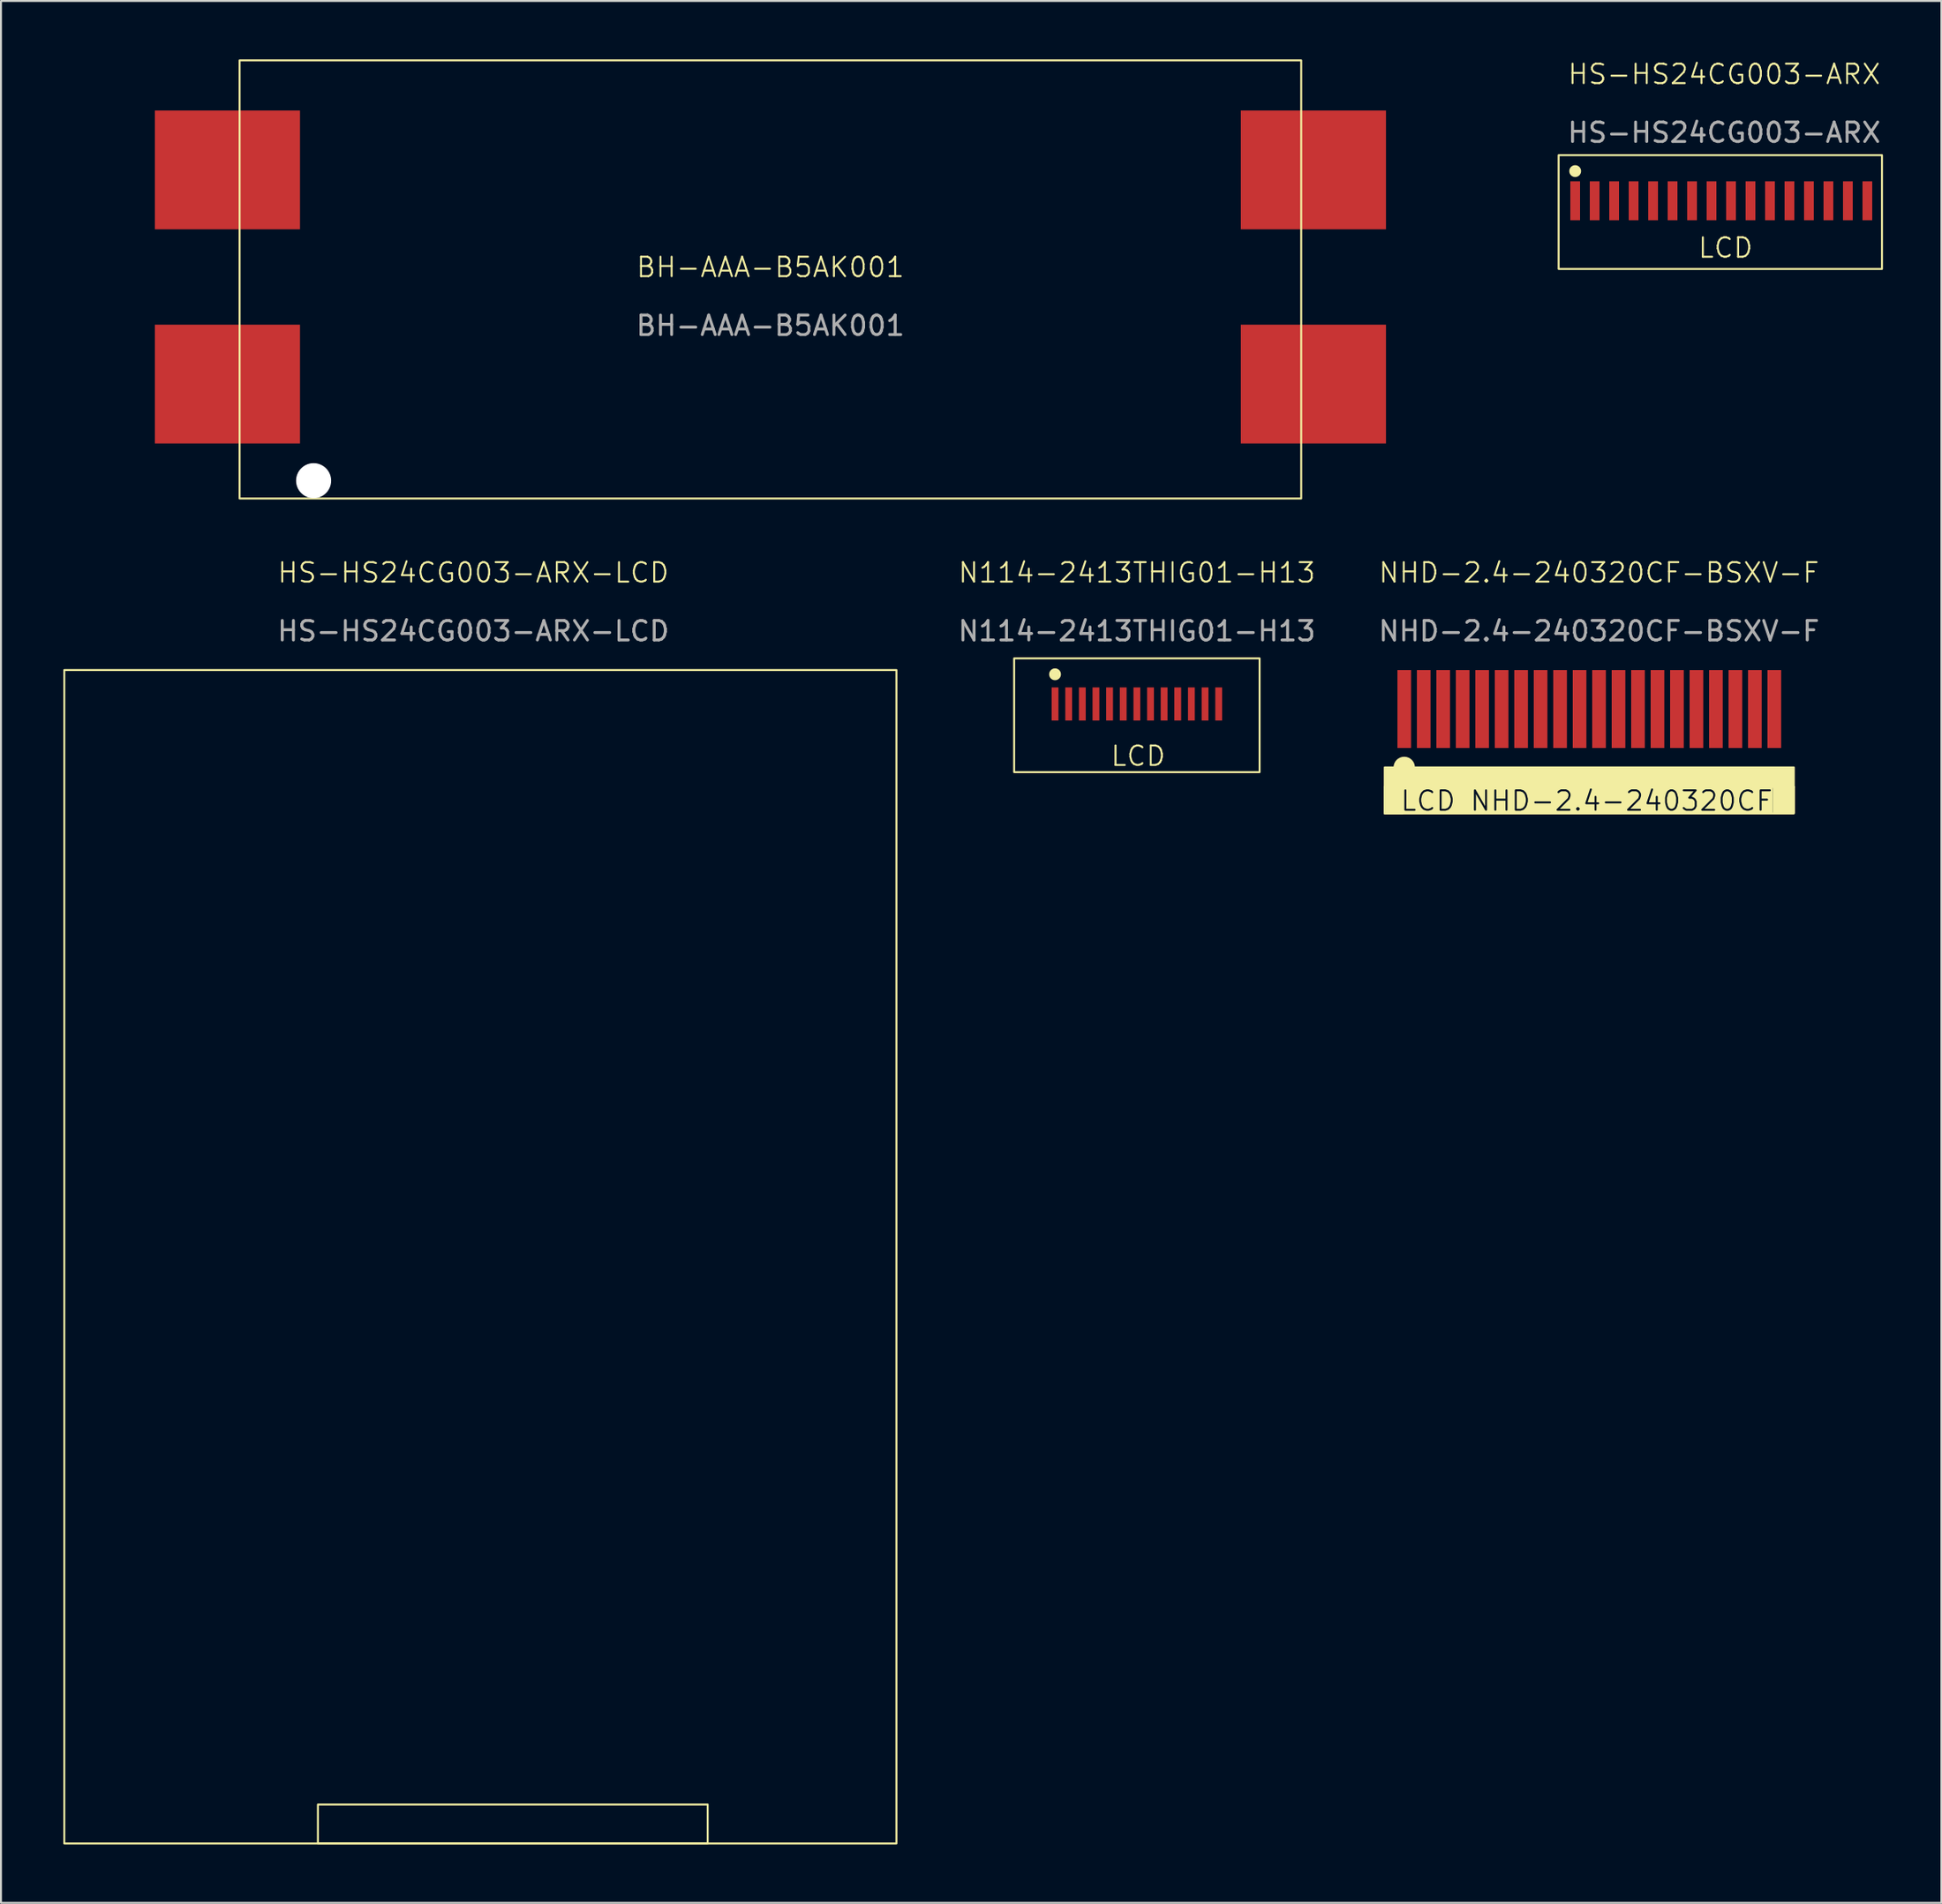
<source format=kicad_pcb>
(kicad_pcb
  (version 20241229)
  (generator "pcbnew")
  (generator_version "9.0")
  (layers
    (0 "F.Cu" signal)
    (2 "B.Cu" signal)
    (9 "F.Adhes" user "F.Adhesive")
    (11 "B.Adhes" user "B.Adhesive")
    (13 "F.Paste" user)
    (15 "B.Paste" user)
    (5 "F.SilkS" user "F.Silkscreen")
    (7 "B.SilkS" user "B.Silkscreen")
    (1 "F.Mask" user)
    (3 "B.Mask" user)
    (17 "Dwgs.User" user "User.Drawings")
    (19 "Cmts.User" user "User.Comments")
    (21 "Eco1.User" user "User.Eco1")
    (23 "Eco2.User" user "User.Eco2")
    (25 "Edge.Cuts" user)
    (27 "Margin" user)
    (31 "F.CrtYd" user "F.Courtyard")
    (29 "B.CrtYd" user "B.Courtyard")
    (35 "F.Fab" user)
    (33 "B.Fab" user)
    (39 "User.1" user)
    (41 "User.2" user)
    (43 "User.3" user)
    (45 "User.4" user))
  (footprint "NHD-2.4-240320CF-BSXV-F"
    (layer "F.Cu")
    (at 79.038 33.361)
    (property "Reference" "NHD-2.4-240320CF-BSXV-F" (at 0 -7 0) (unlocked yes) (layer "F.SilkS") (effects (font (size 1 1) (thickness 0.1))))
    (attr smd)
    (fp_rect (start -11 3) (end 10 4) (stroke (width 0.1) (type solid)) (fill yes) (layer "F.SilkS"))
    (fp_rect (start -11 4) (end -10.09 5.36) (stroke (width 0.1) (type solid)) (fill yes) (layer "F.SilkS"))
    (fp_rect (start -11 4) (end 10 5.363) (stroke (width 0.1) (type default)) (fill no) (layer "F.SilkS"))
    (fp_rect (start 8.98 4) (end 10 5.332) (stroke (width 0.1) (type solid)) (fill yes) (layer "F.SilkS"))
    (fp_circle (center -10 3) (end -9.5 3) (stroke (width 0.1) (type solid)) (fill yes) (layer "F.SilkS"))
    (fp_text user "LCD NHD-2.4-240320CF" (at -10.246 5.303 0) (unlocked yes) (layer "F.SilkS" knockout) (effects (font (size 1 1) (thickness 0.1)) (justify left bottom)))
    (fp_text user "${REFERENCE}" (at 0 -4 0) (unlocked yes) (layer "F.Fab") (effects (font (size 1 1) (thickness 0.15))))
    (pad "1" smd rect (at -10 0 90) (size 4 0.7) (layers "F.Cu" "F.Mask" "F.Paste"))
    (pad "2" smd rect (at -9 0 90) (size 4 0.7) (layers "F.Cu" "F.Mask" "F.Paste"))
    (pad "3" smd rect (at -8 0 90) (size 4 0.7) (layers "F.Cu" "F.Mask" "F.Paste"))
    (pad "4" smd rect (at -7 0 90) (size 4 0.7) (layers "F.Cu" "F.Mask" "F.Paste"))
    (pad "5" smd rect (at -6 0 90) (size 4 0.7) (layers "F.Cu" "F.Mask" "F.Paste"))
    (pad "6" smd rect (at -5 0 90) (size 4 0.7) (layers "F.Cu" "F.Mask" "F.Paste"))
    (pad "7" smd rect (at -4 0 90) (size 4 0.7) (layers "F.Cu" "F.Mask" "F.Paste"))
    (pad "8" smd rect (at -3 0 90) (size 4 0.7) (layers "F.Cu" "F.Mask" "F.Paste"))
    (pad "9" smd rect (at -2 0 90) (size 4 0.7) (layers "F.Cu" "F.Mask" "F.Paste"))
    (pad "10" smd rect (at -1 0 90) (size 4 0.7) (layers "F.Cu" "F.Mask" "F.Paste"))
    (pad "11" smd rect (at 0 0 90) (size 4 0.7) (layers "F.Cu" "F.Mask" "F.Paste"))
    (pad "12" smd rect (at 1 0 90) (size 4 0.7) (layers "F.Cu" "F.Mask" "F.Paste"))
    (pad "13" smd rect (at 2 0 90) (size 4 0.7) (layers "F.Cu" "F.Mask" "F.Paste"))
    (pad "14" smd rect (at 3 0 90) (size 4 0.7) (layers "F.Cu" "F.Mask" "F.Paste"))
    (pad "15" smd rect (at 4 0 90) (size 4 0.7) (layers "F.Cu" "F.Mask" "F.Paste"))
    (pad "16" smd rect (at 5 0 90) (size 4 0.7) (layers "F.Cu" "F.Mask" "F.Paste"))
    (pad "17" smd rect (at 6 0 90) (size 4 0.7) (layers "F.Cu" "F.Mask" "F.Paste"))
    (pad "18" smd rect (at 7 0 90) (size 4 0.7) (layers "F.Cu" "F.Mask" "F.Paste"))
    (pad "19" smd rect (at 8 0 90) (size 4 0.7) (layers "F.Cu" "F.Mask" "F.Paste"))
    (pad "20" smd rect (at 9 0 90) (size 4 0.7) (layers "F.Cu" "F.Mask" "F.Paste")))
  (footprint "N114-2413THIG01-H13"
    (layer "F.Cu")
    (at 55.312 33.56)
    (property "Reference" "N114-2413THIG01-H13" (at 0 -7.2 0) (unlocked yes) (layer "F.SilkS") (effects (font (size 1 1) (thickness 0.1))))
    (attr smd)
    (fp_rect (start -6.3 -2.8) (end 6.3 3.042) (stroke (width 0.1) (type default)) (fill no) (layer "F.SilkS"))
    (fp_circle (center -4.2 -1.982) (end -3.946 -1.982) (stroke (width 0.1) (type solid)) (fill yes) (layer "F.SilkS"))
    (fp_text user "LCD" (at -1.4 2.8 0) (unlocked yes) (layer "F.SilkS") (effects (font (size 1 1) (thickness 0.1)) (justify left bottom)))
    (fp_text user "${REFERENCE}" (at 0 -4.2 0) (unlocked yes) (layer "F.Fab") (effects (font (size 1 1) (thickness 0.15))))
    (pad "1" smd rect (at -4.2 -0.458 180) (size 0.35 1.7) (layers "F.Cu" "F.Mask" "F.Paste"))
    (pad "2" smd rect (at -3.5 -0.458 180) (size 0.35 1.7) (layers "F.Cu" "F.Mask" "F.Paste"))
    (pad "3" smd rect (at -2.8 -0.458 180) (size 0.35 1.7) (layers "F.Cu" "F.Mask" "F.Paste"))
    (pad "4" smd rect (at -2.1 -0.458 180) (size 0.35 1.7) (layers "F.Cu" "F.Mask" "F.Paste"))
    (pad "5" smd rect (at -1.4 -0.458 180) (size 0.35 1.7) (layers "F.Cu" "F.Mask" "F.Paste"))
    (pad "6" smd rect (at -0.7 -0.458 180) (size 0.35 1.7) (layers "F.Cu" "F.Mask" "F.Paste"))
    (pad "7" smd rect (at 0 -0.458 180) (size 0.35 1.7) (layers "F.Cu" "F.Mask" "F.Paste"))
    (pad "8" smd rect (at 0.7 -0.458 180) (size 0.35 1.7) (layers "F.Cu" "F.Mask" "F.Paste"))
    (pad "9" smd rect (at 1.4 -0.458 180) (size 0.35 1.7) (layers "F.Cu" "F.Mask" "F.Paste"))
    (pad "10" smd rect (at 2.1 -0.458 180) (size 0.35 1.7) (layers "F.Cu" "F.Mask" "F.Paste"))
    (pad "11" smd rect (at 2.8 -0.458 180) (size 0.35 1.7) (layers "F.Cu" "F.Mask" "F.Paste"))
    (pad "12" smd rect (at 3.5 -0.458 180) (size 0.35 1.7) (layers "F.Cu" "F.Mask" "F.Paste"))
    (pad "13" smd rect (at 4.2 -0.458 180) (size 0.35 1.7) (layers "F.Cu" "F.Mask" "F.Paste")))
  (footprint "HS-HS24CG003-ARX"
    (layer "F.Cu")
    (at 85.464 8.011)
    (property "Reference" "HS-HS24CG003-ARX" (at 0 -7.25 0) (unlocked yes) (layer "F.SilkS") (effects (font (size 1 1) (thickness 0.1))))
    (attr smd)
    (fp_rect (start -8.5 -3.092) (end 8.1 2.75) (stroke (width 0.1) (type default)) (fill no) (layer "F.SilkS"))
    (fp_circle (center -7.65 -2.274) (end -7.396 -2.274) (stroke (width 0.1) (type solid)) (fill yes) (layer "F.SilkS"))
    (fp_text user "LCD" (at -1.4 2.25 0) (unlocked yes) (layer "F.SilkS") (effects (font (size 1 1) (thickness 0.1)) (justify left bottom)))
    (fp_text user "${REFERENCE}" (at 0 -4.25 0) (unlocked yes) (layer "F.Fab") (effects (font (size 1 1) (thickness 0.15))))
    (pad "1" smd rect (at -7.65 -0.75 180) (size 0.5 2) (layers "F.Cu" "F.Mask" "F.Paste"))
    (pad "2" smd rect (at -6.65 -0.75 180) (size 0.5 2) (layers "F.Cu" "F.Mask" "F.Paste"))
    (pad "3" smd rect (at -5.65 -0.75 180) (size 0.5 2) (layers "F.Cu" "F.Mask" "F.Paste"))
    (pad "4" smd rect (at -4.65 -0.75 180) (size 0.5 2) (layers "F.Cu" "F.Mask" "F.Paste"))
    (pad "5" smd rect (at -3.65 -0.75 180) (size 0.5 2) (layers "F.Cu" "F.Mask" "F.Paste"))
    (pad "6" smd rect (at -2.65 -0.75 180) (size 0.5 2) (layers "F.Cu" "F.Mask" "F.Paste"))
    (pad "7" smd rect (at -1.65 -0.75 180) (size 0.5 2) (layers "F.Cu" "F.Mask" "F.Paste"))
    (pad "8" smd rect (at -0.65 -0.75 180) (size 0.5 2) (layers "F.Cu" "F.Mask" "F.Paste"))
    (pad "9" smd rect (at 0.35 -0.75 180) (size 0.5 2) (layers "F.Cu" "F.Mask" "F.Paste"))
    (pad "10" smd rect (at 1.35 -0.75 180) (size 0.5 2) (layers "F.Cu" "F.Mask" "F.Paste"))
    (pad "11" smd rect (at 2.35 -0.75 180) (size 0.5 2) (layers "F.Cu" "F.Mask" "F.Paste"))
    (pad "12" smd rect (at 3.35 -0.75 180) (size 0.5 2) (layers "F.Cu" "F.Mask" "F.Paste"))
    (pad "13" smd rect (at 4.35 -0.75 180) (size 0.5 2) (layers "F.Cu" "F.Mask" "F.Paste"))
    (pad "14" smd rect (at 5.35 -0.75 180) (size 0.5 2) (layers "F.Cu" "F.Mask" "F.Paste"))
    (pad "15" smd rect (at 6.35 -0.75 180) (size 0.5 2) (layers "F.Cu" "F.Mask" "F.Paste"))
    (pad "16" smd rect (at 7.35 -0.75 180) (size 0.5 2) (layers "F.Cu" "F.Mask" "F.Paste")))
  (footprint "BH-AAA-B5AK001"
    (layer "F.Cu")
    (at 36.5 11.175)
    (property "Reference" "BH-AAA-B5AK001" (at 0 -0.5 0) (unlocked yes) (layer "F.SilkS") (effects (font (size 1 1) (thickness 0.1))))
    (attr smd)
    (fp_rect (start -27.25 -11.125) (end 27.25 11.375) (stroke (width 0.1) (type default)) (fill no) (layer "F.SilkS"))
    (fp_text user "${REFERENCE}" (at 0 2.5 0) (unlocked yes) (layer "F.Fab") (effects (font (size 1 1) (thickness 0.15))))
    (fp_text user "-" (at 32.5 7 0) (unlocked yes) (layer "User.1") (effects (font (size 3 3) (thickness 0.6) (bold yes)) (justify left bottom)))
    (fp_text user "-" (at -36.5 -3.5 0) (unlocked yes) (layer "User.1") (effects (font (size 3 3) (thickness 0.6) (bold yes)) (justify left bottom)))
    (fp_text user "+" (at 32.5 -3.5 0) (unlocked yes) (layer "User.1") (effects (font (size 3 3) (thickness 0.6) (bold yes)) (justify left bottom)))
    (fp_text user "+" (at -36.5 7.5 0) (unlocked yes) (layer "User.1") (effects (font (size 3 3) (thickness 0.6) (bold yes)) (justify left bottom)))
    (pad "" np_thru_hole circle (at -23.45 10.46 180) (size 1.8 1.8) (drill 1.8) (layers "*.Cu" "*.Mask"))
    (pad "1" smd rect (at -27.875 5.5 180) (size 7.45 6.1) (layers "F.Cu" "F.Mask" "F.Paste"))
    (pad "2" smd rect (at -27.875 -5.5 180) (size 7.45 6.1) (layers "F.Cu" "F.Mask" "F.Paste"))
    (pad "3" smd rect (at 27.875 -5.5 180) (size 7.45 6.1) (layers "F.Cu" "F.Mask" "F.Paste"))
    (pad "3" smd rect (at 27.875 5.5 180) (size 7.45 6.1) (layers "F.Cu" "F.Mask" "F.Paste")))
  (footprint "HS-HS24CG003-ARX-LCD"
    (layer "F.Cu")
    (at 0.25 31.36)
    (property "Reference" "HS-HS24CG003-ARX-LCD" (at 21 -5 0) (unlocked yes) (layer "F.SilkS") (effects (font (size 1 1) (thickness 0.1))))
    (fp_rect (start 0 0) (end 42.72 60.26) (stroke (width 0.1) (type default)) (fill no) (layer "F.SilkS"))
    (fp_rect (start 13.02 60.25) (end 33.03 58.26) (stroke (width 0.1) (type default)) (fill no) (layer "F.SilkS"))
    (fp_text user "${REFERENCE}" (at 21 -2 0) (unlocked yes) (layer "F.Fab") (effects (font (size 1 1) (thickness 0.15)))))
  (gr_rect
    (start -3 -3)
    (end 96.614 94.671)
    (stroke (width 0.1) (type default))
    (fill no)
    (layer "Edge.Cuts")))
</source>
